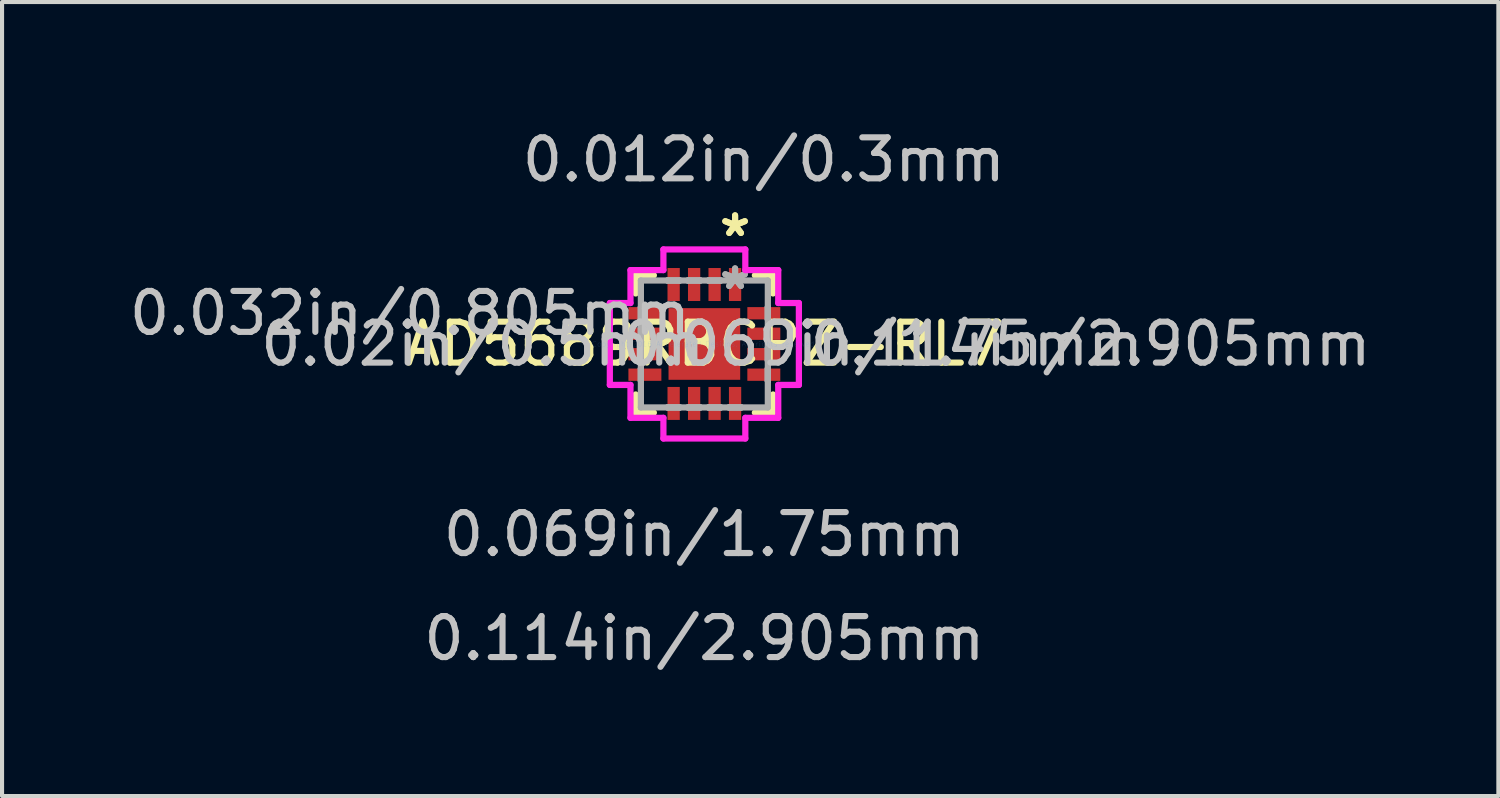
<source format=kicad_pcb>
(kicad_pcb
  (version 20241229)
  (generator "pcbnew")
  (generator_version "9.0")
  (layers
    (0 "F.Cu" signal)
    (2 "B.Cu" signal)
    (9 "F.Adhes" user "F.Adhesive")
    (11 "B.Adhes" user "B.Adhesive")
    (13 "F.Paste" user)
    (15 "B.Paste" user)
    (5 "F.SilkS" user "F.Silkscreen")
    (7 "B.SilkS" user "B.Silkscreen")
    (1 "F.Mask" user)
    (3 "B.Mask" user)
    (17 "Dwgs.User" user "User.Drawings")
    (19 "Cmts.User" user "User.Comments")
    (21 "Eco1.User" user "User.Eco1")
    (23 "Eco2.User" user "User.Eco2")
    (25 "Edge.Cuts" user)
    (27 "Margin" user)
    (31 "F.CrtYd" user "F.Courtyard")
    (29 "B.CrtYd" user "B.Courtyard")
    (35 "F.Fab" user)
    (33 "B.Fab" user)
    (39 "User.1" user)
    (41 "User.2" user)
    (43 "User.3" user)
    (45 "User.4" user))
  (footprint "AD5689RBCPZ-RL7"
    (layer "F.Cu")
    (at 14.149 5.349)
    (property "Reference" "AD5689RBCPZ-RL7" (at 0 0 0) (layer "F.SilkS") (effects (font (size 1 1) (thickness 0.15))))
    (attr through_hole)
    (fp_line (start -1.677 -1.677) (end -1.677 -1.233) (stroke (width 0.152) (type solid)) (layer "F.SilkS"))
    (fp_line (start -1.677 1.233) (end -1.677 1.677) (stroke (width 0.152) (type solid)) (layer "F.SilkS"))
    (fp_line (start -1.677 1.677) (end -1.233 1.677) (stroke (width 0.152) (type solid)) (layer "F.SilkS"))
    (fp_line (start -1.233 -1.677) (end -1.677 -1.677) (stroke (width 0.152) (type solid)) (layer "F.SilkS"))
    (fp_line (start 1.233 1.677) (end 1.677 1.677) (stroke (width 0.152) (type solid)) (layer "F.SilkS"))
    (fp_line (start 1.677 -1.677) (end 1.233 -1.677) (stroke (width 0.152) (type solid)) (layer "F.SilkS"))
    (fp_line (start 1.677 -1.233) (end 1.677 -1.677) (stroke (width 0.152) (type solid)) (layer "F.SilkS"))
    (fp_line (start 1.677 1.677) (end 1.677 1.233) (stroke (width 0.152) (type solid)) (layer "F.SilkS"))
    (fp_line (start -0.875 -0.875) (end -0.875 0.875) (stroke (width 0.152) (type solid)) (layer "F.Paste"))
    (fp_line (start -0.875 0.875) (end 0.875 0.875) (stroke (width 0.152) (type solid)) (layer "F.Paste"))
    (fp_line (start 0.875 -0.875) (end -0.875 -0.875) (stroke (width 0.152) (type solid)) (layer "F.Paste"))
    (fp_line (start 0.875 0.875) (end 0.875 -0.875) (stroke (width 0.152) (type solid)) (layer "F.Paste"))
    (fp_line (start -2.308 -1) (end -1.804 -1) (stroke (width 0.152) (type solid)) (layer "F.CrtYd"))
    (fp_line (start -2.308 1) (end -2.308 -1) (stroke (width 0.152) (type solid)) (layer "F.CrtYd"))
    (fp_line (start -1.804 -1.804) (end -1 -1.804) (stroke (width 0.152) (type solid)) (layer "F.CrtYd"))
    (fp_line (start -1.804 -1) (end -1.804 -1.804) (stroke (width 0.152) (type solid)) (layer "F.CrtYd"))
    (fp_line (start -1.804 1) (end -2.308 1) (stroke (width 0.152) (type solid)) (layer "F.CrtYd"))
    (fp_line (start -1.804 1.804) (end -1.804 1) (stroke (width 0.152) (type solid)) (layer "F.CrtYd"))
    (fp_line (start -1 -2.308) (end 1 -2.308) (stroke (width 0.152) (type solid)) (layer "F.CrtYd"))
    (fp_line (start -1 -1.804) (end -1 -2.308) (stroke (width 0.152) (type solid)) (layer "F.CrtYd"))
    (fp_line (start -1 1.804) (end -1.804 1.804) (stroke (width 0.152) (type solid)) (layer "F.CrtYd"))
    (fp_line (start -1 2.308) (end -1 1.804) (stroke (width 0.152) (type solid)) (layer "F.CrtYd"))
    (fp_line (start 1 -2.308) (end 1 -1.804) (stroke (width 0.152) (type solid)) (layer "F.CrtYd"))
    (fp_line (start 1 -1.804) (end 1.804 -1.804) (stroke (width 0.152) (type solid)) (layer "F.CrtYd"))
    (fp_line (start 1 1.804) (end 1 2.308) (stroke (width 0.152) (type solid)) (layer "F.CrtYd"))
    (fp_line (start 1 2.308) (end -1 2.308) (stroke (width 0.152) (type solid)) (layer "F.CrtYd"))
    (fp_line (start 1.804 -1.804) (end 1.804 -1) (stroke (width 0.152) (type solid)) (layer "F.CrtYd"))
    (fp_line (start 1.804 -1) (end 2.308 -1) (stroke (width 0.152) (type solid)) (layer "F.CrtYd"))
    (fp_line (start 1.804 1) (end 1.804 1.804) (stroke (width 0.152) (type solid)) (layer "F.CrtYd"))
    (fp_line (start 1.804 1.804) (end 1 1.804) (stroke (width 0.152) (type solid)) (layer "F.CrtYd"))
    (fp_line (start 2.308 -1) (end 2.308 1) (stroke (width 0.152) (type solid)) (layer "F.CrtYd"))
    (fp_line (start 2.308 1) (end 1.804 1) (stroke (width 0.152) (type solid)) (layer "F.CrtYd"))
    (fp_line (start -1.55 -1.55) (end -1.55 1.55) (stroke (width 0.152) (type solid)) (layer "F.Fab"))
    (fp_line (start -1.55 -0.9) (end -1.55 -0.9) (stroke (width 0.152) (type solid)) (layer "F.Fab"))
    (fp_line (start -1.55 -0.9) (end -1.55 -0.6) (stroke (width 0.152) (type solid)) (layer "F.Fab"))
    (fp_line (start -1.55 -0.6) (end -1.55 -0.9) (stroke (width 0.152) (type solid)) (layer "F.Fab"))
    (fp_line (start -1.55 -0.6) (end -1.55 -0.6) (stroke (width 0.152) (type solid)) (layer "F.Fab"))
    (fp_line (start -1.55 -0.4) (end -1.55 -0.4) (stroke (width 0.152) (type solid)) (layer "F.Fab"))
    (fp_line (start -1.55 -0.4) (end -1.55 -0.1) (stroke (width 0.152) (type solid)) (layer "F.Fab"))
    (fp_line (start -1.55 -0.1) (end -1.55 -0.4) (stroke (width 0.152) (type solid)) (layer "F.Fab"))
    (fp_line (start -1.55 -0.1) (end -1.55 -0.1) (stroke (width 0.152) (type solid)) (layer "F.Fab"))
    (fp_line (start -1.55 0.1) (end -1.55 0.1) (stroke (width 0.152) (type solid)) (layer "F.Fab"))
    (fp_line (start -1.55 0.1) (end -1.55 0.4) (stroke (width 0.152) (type solid)) (layer "F.Fab"))
    (fp_line (start -1.55 0.4) (end -1.55 0.1) (stroke (width 0.152) (type solid)) (layer "F.Fab"))
    (fp_line (start -1.55 0.4) (end -1.55 0.4) (stroke (width 0.152) (type solid)) (layer "F.Fab"))
    (fp_line (start -1.55 0.6) (end -1.55 0.6) (stroke (width 0.152) (type solid)) (layer "F.Fab"))
    (fp_line (start -1.55 0.6) (end -1.55 0.9) (stroke (width 0.152) (type solid)) (layer "F.Fab"))
    (fp_line (start -1.55 0.9) (end -1.55 0.6) (stroke (width 0.152) (type solid)) (layer "F.Fab"))
    (fp_line (start -1.55 0.9) (end -1.55 0.9) (stroke (width 0.152) (type solid)) (layer "F.Fab"))
    (fp_line (start -1.55 1.55) (end 1.55 1.55) (stroke (width 0.152) (type solid)) (layer "F.Fab"))
    (fp_line (start -0.9 -1.55) (end -0.9 -1.55) (stroke (width 0.152) (type solid)) (layer "F.Fab"))
    (fp_line (start -0.9 -1.55) (end -0.6 -1.55) (stroke (width 0.152) (type solid)) (layer "F.Fab"))
    (fp_line (start -0.9 1.55) (end -0.9 1.55) (stroke (width 0.152) (type solid)) (layer "F.Fab"))
    (fp_line (start -0.9 1.55) (end -0.6 1.55) (stroke (width 0.152) (type solid)) (layer "F.Fab"))
    (fp_line (start -0.6 -1.55) (end -0.9 -1.55) (stroke (width 0.152) (type solid)) (layer "F.Fab"))
    (fp_line (start -0.6 -1.55) (end -0.6 -1.55) (stroke (width 0.152) (type solid)) (layer "F.Fab"))
    (fp_line (start -0.6 1.55) (end -0.9 1.55) (stroke (width 0.152) (type solid)) (layer "F.Fab"))
    (fp_line (start -0.6 1.55) (end -0.6 1.55) (stroke (width 0.152) (type solid)) (layer "F.Fab"))
    (fp_line (start -0.4 -1.55) (end -0.4 -1.55) (stroke (width 0.152) (type solid)) (layer "F.Fab"))
    (fp_line (start -0.4 -1.55) (end -0.1 -1.55) (stroke (width 0.152) (type solid)) (layer "F.Fab"))
    (fp_line (start -0.4 1.55) (end -0.4 1.55) (stroke (width 0.152) (type solid)) (layer "F.Fab"))
    (fp_line (start -0.4 1.55) (end -0.1 1.55) (stroke (width 0.152) (type solid)) (layer "F.Fab"))
    (fp_line (start -0.1 -1.55) (end -0.4 -1.55) (stroke (width 0.152) (type solid)) (layer "F.Fab"))
    (fp_line (start -0.1 -1.55) (end -0.1 -1.55) (stroke (width 0.152) (type solid)) (layer "F.Fab"))
    (fp_line (start -0.1 1.55) (end -0.4 1.55) (stroke (width 0.152) (type solid)) (layer "F.Fab"))
    (fp_line (start -0.1 1.55) (end -0.1 1.55) (stroke (width 0.152) (type solid)) (layer "F.Fab"))
    (fp_line (start 0.1 -1.55) (end 0.1 -1.55) (stroke (width 0.152) (type solid)) (layer "F.Fab"))
    (fp_line (start 0.1 -1.55) (end 0.4 -1.55) (stroke (width 0.152) (type solid)) (layer "F.Fab"))
    (fp_line (start 0.1 1.55) (end 0.1 1.55) (stroke (width 0.152) (type solid)) (layer "F.Fab"))
    (fp_line (start 0.1 1.55) (end 0.4 1.55) (stroke (width 0.152) (type solid)) (layer "F.Fab"))
    (fp_line (start 0.4 -1.55) (end 0.1 -1.55) (stroke (width 0.152) (type solid)) (layer "F.Fab"))
    (fp_line (start 0.4 -1.55) (end 0.4 -1.55) (stroke (width 0.152) (type solid)) (layer "F.Fab"))
    (fp_line (start 0.4 1.55) (end 0.1 1.55) (stroke (width 0.152) (type solid)) (layer "F.Fab"))
    (fp_line (start 0.4 1.55) (end 0.4 1.55) (stroke (width 0.152) (type solid)) (layer "F.Fab"))
    (fp_line (start 0.6 -1.55) (end 0.6 -1.55) (stroke (width 0.152) (type solid)) (layer "F.Fab"))
    (fp_line (start 0.6 -1.55) (end 0.9 -1.55) (stroke (width 0.152) (type solid)) (layer "F.Fab"))
    (fp_line (start 0.6 1.55) (end 0.6 1.55) (stroke (width 0.152) (type solid)) (layer "F.Fab"))
    (fp_line (start 0.6 1.55) (end 0.9 1.55) (stroke (width 0.152) (type solid)) (layer "F.Fab"))
    (fp_line (start 0.9 -1.55) (end 0.6 -1.55) (stroke (width 0.152) (type solid)) (layer "F.Fab"))
    (fp_line (start 0.9 -1.55) (end 0.9 -1.55) (stroke (width 0.152) (type solid)) (layer "F.Fab"))
    (fp_line (start 0.9 1.55) (end 0.6 1.55) (stroke (width 0.152) (type solid)) (layer "F.Fab"))
    (fp_line (start 0.9 1.55) (end 0.9 1.55) (stroke (width 0.152) (type solid)) (layer "F.Fab"))
    (fp_line (start 1.55 -1.55) (end -1.55 -1.55) (stroke (width 0.152) (type solid)) (layer "F.Fab"))
    (fp_line (start 1.55 -0.9) (end 1.55 -0.9) (stroke (width 0.152) (type solid)) (layer "F.Fab"))
    (fp_line (start 1.55 -0.9) (end 1.55 -0.6) (stroke (width 0.152) (type solid)) (layer "F.Fab"))
    (fp_line (start 1.55 -0.6) (end 1.55 -0.9) (stroke (width 0.152) (type solid)) (layer "F.Fab"))
    (fp_line (start 1.55 -0.6) (end 1.55 -0.6) (stroke (width 0.152) (type solid)) (layer "F.Fab"))
    (fp_line (start 1.55 -0.4) (end 1.55 -0.4) (stroke (width 0.152) (type solid)) (layer "F.Fab"))
    (fp_line (start 1.55 -0.4) (end 1.55 -0.1) (stroke (width 0.152) (type solid)) (layer "F.Fab"))
    (fp_line (start 1.55 -0.1) (end 1.55 -0.4) (stroke (width 0.152) (type solid)) (layer "F.Fab"))
    (fp_line (start 1.55 -0.1) (end 1.55 -0.1) (stroke (width 0.152) (type solid)) (layer "F.Fab"))
    (fp_line (start 1.55 0.1) (end 1.55 0.1) (stroke (width 0.152) (type solid)) (layer "F.Fab"))
    (fp_line (start 1.55 0.1) (end 1.55 0.4) (stroke (width 0.152) (type solid)) (layer "F.Fab"))
    (fp_line (start 1.55 0.4) (end 1.55 0.1) (stroke (width 0.152) (type solid)) (layer "F.Fab"))
    (fp_line (start 1.55 0.4) (end 1.55 0.4) (stroke (width 0.152) (type solid)) (layer "F.Fab"))
    (fp_line (start 1.55 0.6) (end 1.55 0.6) (stroke (width 0.152) (type solid)) (layer "F.Fab"))
    (fp_line (start 1.55 0.6) (end 1.55 0.9) (stroke (width 0.152) (type solid)) (layer "F.Fab"))
    (fp_line (start 1.55 0.9) (end 1.55 0.6) (stroke (width 0.152) (type solid)) (layer "F.Fab"))
    (fp_line (start 1.55 0.9) (end 1.55 0.9) (stroke (width 0.152) (type solid)) (layer "F.Fab"))
    (fp_line (start 1.55 1.55) (end 1.55 -1.55) (stroke (width 0.152) (type solid)) (layer "F.Fab"))
    (fp_text user "*" (at 0.75 -2.595 0) (layer "F.SilkS") (effects (font (size 1 1) (thickness 0.15))))
    (fp_text user "*" (at 0.75 -2.595 0) (layer "F.SilkS") (effects (font (size 1 1) (thickness 0.15))))
    (fp_text user "0.012in/0.3mm" (at 1.452 -4.5 0) (layer "Dwgs.User") (effects (font (size 1 1) (thickness 0.15))))
    (fp_text user "0.02in/0.5mm" (at -5.411 0 0) (layer "Dwgs.User") (effects (font (size 1 1) (thickness 0.15))))
    (fp_text user "0.032in/0.805mm" (at -7.19 -0.75 0) (layer "Dwgs.User") (effects (font (size 1 1) (thickness 0.15))))
    (fp_text user "0.114in/2.905mm" (at 0 7.19 0) (layer "Dwgs.User") (effects (font (size 1 1) (thickness 0.15))))
    (fp_text user "0.069in/1.75mm" (at 0 4.65 0) (layer "Dwgs.User") (effects (font (size 1 1) (thickness 0.15))))
    (fp_text user "0.069in/1.75mm" (at 4.35 0 0) (layer "Dwgs.User") (effects (font (size 1 1) (thickness 0.15))))
    (fp_text user "0.114in/2.905mm" (at 9.43 0 0) (layer "Dwgs.User") (effects (font (size 1 1) (thickness 0.15))))
    (fp_text user "Copyright 2016 Accelerated Designs. All rights reserved." (at 0 0 0) (layer "Cmts.User") (effects (font (size 0.127 0.127) (thickness 0.002))))
    (fp_text user "*" (at 0.75 -1.3 0) (layer "F.Fab") (effects (font (size 1 1) (thickness 0.15))))
    (fp_text user "*" (at 0.75 -1.3 0) (layer "F.Fab") (effects (font (size 1 1) (thickness 0.15))))
    (pad "1" smd rect (at 0.75 -1.452) (size 0.3 0.805) (layers "F.Cu" "F.Mask" "F.Paste"))
    (pad "2" smd rect (at 0.25 -1.452) (size 0.3 0.805) (layers "F.Cu" "F.Mask" "F.Paste"))
    (pad "3" smd rect (at -0.25 -1.452) (size 0.3 0.805) (layers "F.Cu" "F.Mask" "F.Paste"))
    (pad "4" smd rect (at -0.75 -1.452) (size 0.3 0.805) (layers "F.Cu" "F.Mask" "F.Paste"))
    (pad "5" smd rect (at -1.452 -0.75 90) (size 0.3 0.805) (layers "F.Cu" "F.Mask" "F.Paste"))
    (pad "6" smd rect (at -1.452 -0.25 90) (size 0.3 0.805) (layers "F.Cu" "F.Mask" "F.Paste"))
    (pad "7" smd rect (at -1.452 0.25 90) (size 0.3 0.805) (layers "F.Cu" "F.Mask" "F.Paste"))
    (pad "8" smd rect (at -1.452 0.75 90) (size 0.3 0.805) (layers "F.Cu" "F.Mask" "F.Paste"))
    (pad "9" smd rect (at -0.75 1.452) (size 0.3 0.805) (layers "F.Cu" "F.Mask" "F.Paste"))
    (pad "10" smd rect (at -0.25 1.452) (size 0.3 0.805) (layers "F.Cu" "F.Mask" "F.Paste"))
    (pad "11" smd rect (at 0.25 1.452) (size 0.3 0.805) (layers "F.Cu" "F.Mask" "F.Paste"))
    (pad "12" smd rect (at 0.75 1.452) (size 0.3 0.805) (layers "F.Cu" "F.Mask" "F.Paste"))
    (pad "13" smd rect (at 1.452 0.75 90) (size 0.3 0.805) (layers "F.Cu" "F.Mask" "F.Paste"))
    (pad "14" smd rect (at 1.452 0.25 90) (size 0.3 0.805) (layers "F.Cu" "F.Mask" "F.Paste"))
    (pad "15" smd rect (at 1.452 -0.25 90) (size 0.3 0.805) (layers "F.Cu" "F.Mask" "F.Paste"))
    (pad "16" smd rect (at 1.452 -0.75 90) (size 0.3 0.805) (layers "F.Cu" "F.Mask" "F.Paste"))
    (pad "HTAB" smd rect (at 0 0) (size 1.75 1.75) (layers "F.Cu" "F.Mask" "F.Paste")))
  (gr_rect
    (start -3 -3)
    (end 33.537 16.387)
    (stroke (width 0.1) (type default))
    (fill no)
    (layer "Edge.Cuts")))
</source>
